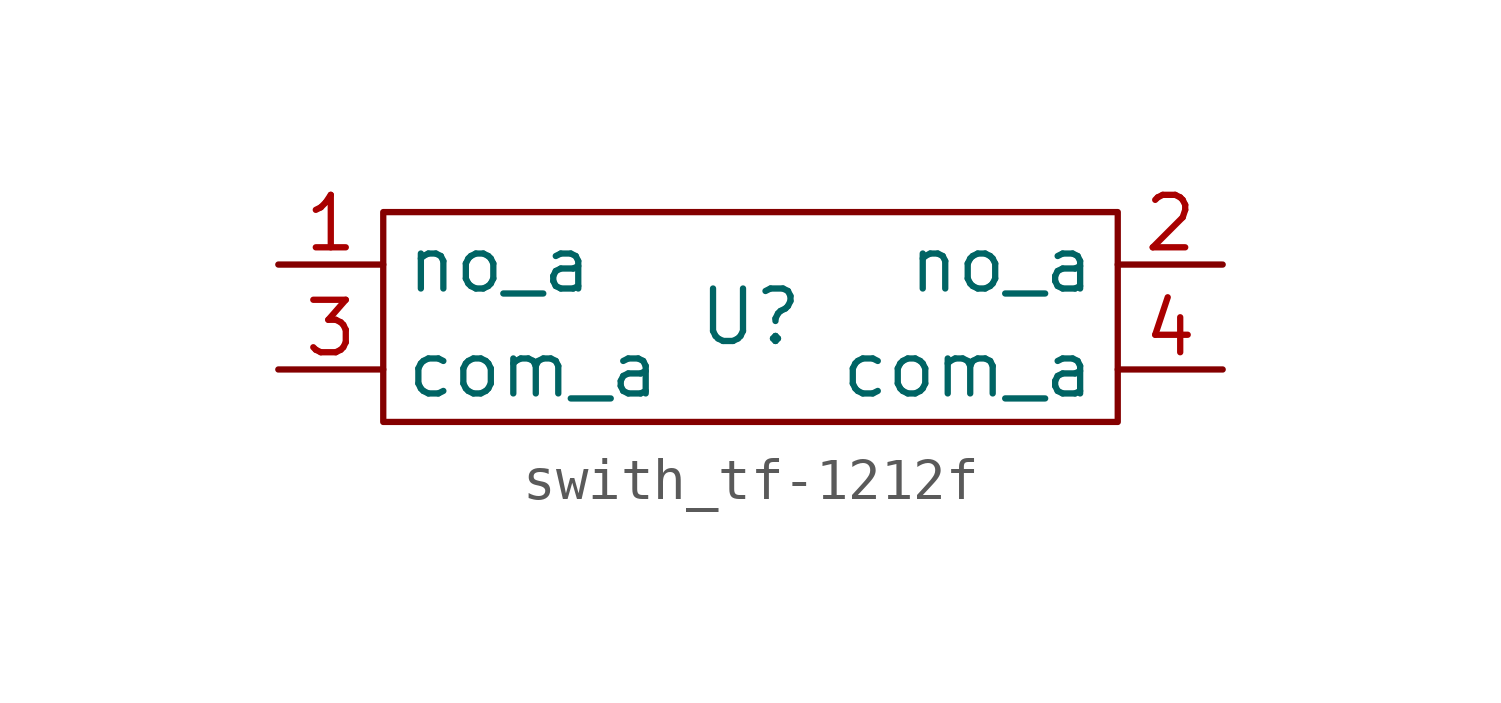
<source format=kicad_sym>
(kicad_symbol_lib
  (version 20241209)
  (generator "kicad_symbol_editor")
  (generator_version "9.0")
  (symbol "swith_tf-1212f"
    (property "Reference" "U"
      (at 0 0 0)
      (effects (font (size 1.27 1.27))))
    (property "Value" ""
      (at 0 0 0)
      (effects (font (size 1.27 1.27))))
    (symbol "swith_tf-1212f_0_1"
      (rectangle (start -8.89 2.54) (end 8.89 -2.54) (stroke (width 0) (type default)) (fill (type none))))
    (symbol "swith_tf-1212f_1_1"
      (pin bidirectional line (at -11.43 1.27 0) (length 2.54) (name "no_a" (effects (font (size 1.27 1.27)))) (number "1" (effects (font (size 1.27 1.27)))))
      (pin bidirectional line (at -11.43 -1.27 0) (length 2.54) (name "com_a" (effects (font (size 1.27 1.27)))) (number "3" (effects (font (size 1.27 1.27)))))
      (pin bidirectional line (at 11.43 1.27 180) (length 2.54) (name "no_a" (effects (font (size 1.27 1.27)))) (number "2" (effects (font (size 1.27 1.27)))))
      (pin bidirectional line (at 11.43 -1.27 180) (length 2.54) (name "com_a" (effects (font (size 1.27 1.27)))) (number "4" (effects (font (size 1.27 1.27))))))))
</source>
